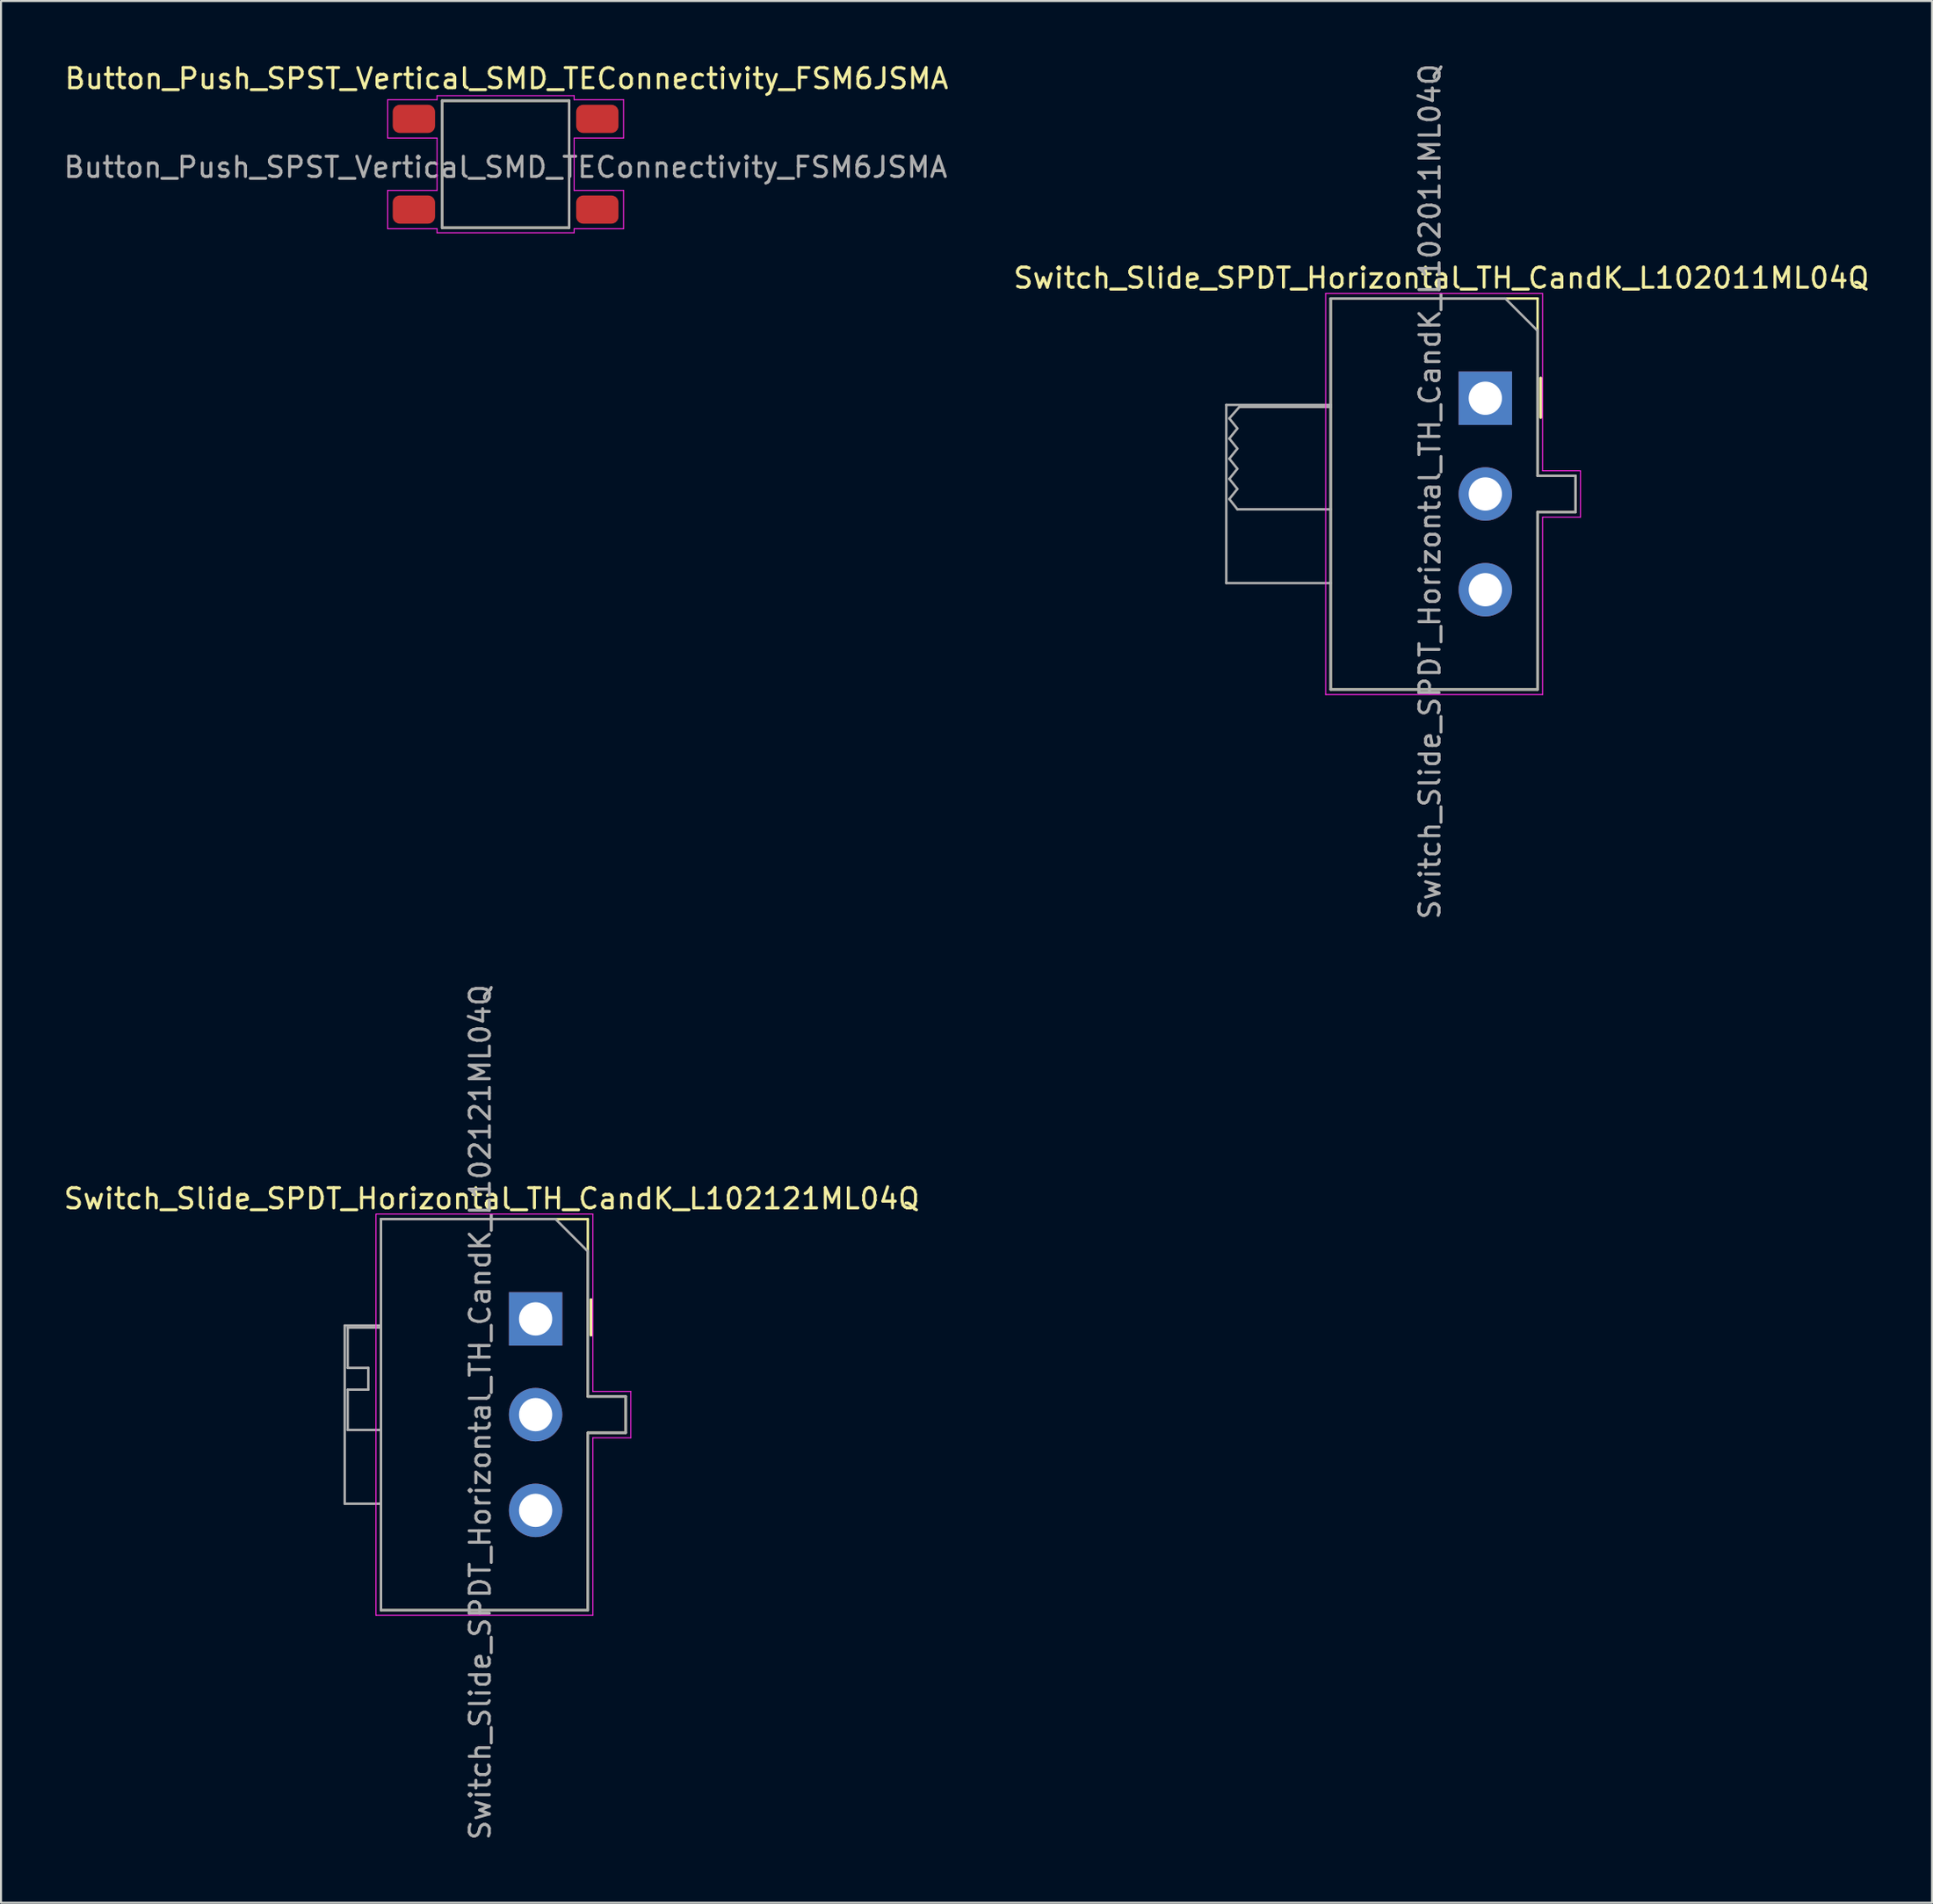
<source format=kicad_pcb>
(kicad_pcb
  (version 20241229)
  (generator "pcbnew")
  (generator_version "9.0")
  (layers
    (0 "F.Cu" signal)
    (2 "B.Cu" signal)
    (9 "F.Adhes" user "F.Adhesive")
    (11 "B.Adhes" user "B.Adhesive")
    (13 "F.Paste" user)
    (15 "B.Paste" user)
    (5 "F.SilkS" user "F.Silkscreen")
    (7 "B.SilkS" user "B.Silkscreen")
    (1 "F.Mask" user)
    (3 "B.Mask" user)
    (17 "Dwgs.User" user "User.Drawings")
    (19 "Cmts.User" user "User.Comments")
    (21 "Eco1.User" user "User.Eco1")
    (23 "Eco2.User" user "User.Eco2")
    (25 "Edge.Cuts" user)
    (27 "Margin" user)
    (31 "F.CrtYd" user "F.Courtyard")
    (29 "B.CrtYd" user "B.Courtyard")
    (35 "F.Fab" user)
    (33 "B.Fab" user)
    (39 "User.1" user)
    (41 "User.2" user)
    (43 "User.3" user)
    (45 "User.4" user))
  (footprint "Switch_Slide_SPDT_Horizontal_TH_CandK_L102011ML04Q"
    (layer "F.Cu")
    (at 70.629 16.709)
    (property "Reference" "Switch_Slide_SPDT_Horizontal_TH_CandK_L102011ML04Q" (at -2.18 -5.965 0) (unlocked yes) (layer "F.SilkS") (effects (font (size 1 1) (thickness 0.15))))
    (attr through_hole)
    (fp_line (start -7.67 -4.95) (end -7.67 14.45) (stroke (width 0.12) (type solid)) (layer "F.SilkS"))
    (fp_line (start -7.67 14.45) (end 2.59 14.45) (stroke (width 0.12) (type solid)) (layer "F.SilkS"))
    (fp_line (start 2.59 -4.95) (end -7.67 -4.95) (stroke (width 0.12) (type solid)) (layer "F.SilkS"))
    (fp_line (start 2.59 -4.95) (end 2.59 3.85) (stroke (width 0.12) (type solid)) (layer "F.SilkS"))
    (fp_line (start 2.59 3.85) (end 4.47 3.85) (stroke (width 0.12) (type solid)) (layer "F.SilkS"))
    (fp_line (start 2.59 5.65) (end 2.59 14.45) (stroke (width 0.12) (type solid)) (layer "F.SilkS"))
    (fp_line (start 2.59 5.65) (end 4.47 5.65) (stroke (width 0.12) (type solid)) (layer "F.SilkS"))
    (fp_line (start 2.75 -1) (end 2.75 0.95) (stroke (width 0.15) (type solid)) (layer "F.SilkS"))
    (fp_line (start 4.47 3.85) (end 4.47 5.65) (stroke (width 0.12) (type solid)) (layer "F.SilkS"))
    (fp_line (start -7.92 -5.2) (end 2.84 -5.2) (stroke (width 0.05) (type solid)) (layer "F.CrtYd"))
    (fp_line (start -7.92 14.7) (end -7.92 -5.2) (stroke (width 0.05) (type solid)) (layer "F.CrtYd"))
    (fp_line (start 2.84 -5.2) (end 2.84 3.6) (stroke (width 0.05) (type solid)) (layer "F.CrtYd"))
    (fp_line (start 2.84 3.6) (end 4.72 3.6) (stroke (width 0.05) (type solid)) (layer "F.CrtYd"))
    (fp_line (start 2.84 5.9) (end 2.84 14.7) (stroke (width 0.05) (type solid)) (layer "F.CrtYd"))
    (fp_line (start 2.84 14.7) (end -7.92 14.7) (stroke (width 0.05) (type solid)) (layer "F.CrtYd"))
    (fp_line (start 4.72 3.6) (end 4.72 5.9) (stroke (width 0.05) (type solid)) (layer "F.CrtYd"))
    (fp_line (start 4.72 5.9) (end 2.84 5.9) (stroke (width 0.05) (type solid)) (layer "F.CrtYd"))
    (fp_line (start -12.85 9.17) (end -12.85 0.33) (stroke (width 0.12) (type solid)) (layer "F.Fab"))
    (fp_line (start -12.7 1) (end -12.3 1.5) (stroke (width 0.12) (type solid)) (layer "F.Fab"))
    (fp_line (start -12.7 1) (end -12.2 0.43) (stroke (width 0.12) (type solid)) (layer "F.Fab"))
    (fp_line (start -12.7 2) (end -12.3 1.5) (stroke (width 0.12) (type solid)) (layer "F.Fab"))
    (fp_line (start -12.7 2) (end -12.3 2.5) (stroke (width 0.12) (type solid)) (layer "F.Fab"))
    (fp_line (start -12.7 3) (end -12.3 2.5) (stroke (width 0.12) (type solid)) (layer "F.Fab"))
    (fp_line (start -12.7 3) (end -12.3 3.5) (stroke (width 0.12) (type solid)) (layer "F.Fab"))
    (fp_line (start -12.7 4) (end -12.3 3.5) (stroke (width 0.12) (type solid)) (layer "F.Fab"))
    (fp_line (start -12.7 4) (end -12.3 4.5) (stroke (width 0.12) (type solid)) (layer "F.Fab"))
    (fp_line (start -12.7 5) (end -12.3 4.5) (stroke (width 0.12) (type solid)) (layer "F.Fab"))
    (fp_line (start -12.7 5) (end -12.3 5.51) (stroke (width 0.12) (type solid)) (layer "F.Fab"))
    (fp_line (start -7.67 -4.95) (end 0.99 -4.95) (stroke (width 0.12) (type solid)) (layer "F.Fab"))
    (fp_line (start -7.67 0.33) (end -12.85 0.33) (stroke (width 0.12) (type solid)) (layer "F.Fab"))
    (fp_line (start -7.67 0.43) (end -12.2 0.43) (stroke (width 0.12) (type solid)) (layer "F.Fab"))
    (fp_line (start -7.67 5.51) (end -12.3 5.51) (stroke (width 0.12) (type solid)) (layer "F.Fab"))
    (fp_line (start -7.67 9.17) (end -12.85 9.17) (stroke (width 0.12) (type solid)) (layer "F.Fab"))
    (fp_line (start -7.67 14.45) (end -7.67 -4.95) (stroke (width 0.12) (type solid)) (layer "F.Fab"))
    (fp_line (start 0.99 -4.95) (end 2.59 -3.35) (stroke (width 0.12) (type solid)) (layer "F.Fab"))
    (fp_line (start 2.59 -3.35) (end 2.59 3.85) (stroke (width 0.12) (type solid)) (layer "F.Fab"))
    (fp_line (start 2.59 3.85) (end 4.47 3.85) (stroke (width 0.12) (type solid)) (layer "F.Fab"))
    (fp_line (start 2.59 5.65) (end 2.59 14.45) (stroke (width 0.12) (type solid)) (layer "F.Fab"))
    (fp_line (start 2.59 5.65) (end 4.47 5.65) (stroke (width 0.12) (type solid)) (layer "F.Fab"))
    (fp_line (start 2.59 14.45) (end -7.67 14.45) (stroke (width 0.12) (type solid)) (layer "F.Fab"))
    (fp_line (start 4.47 3.85) (end 4.47 5.65) (stroke (width 0.12) (type solid)) (layer "F.Fab"))
    (fp_text user "${REFERENCE}" (at -2.75 4.63 270) (layer "F.Fab") (effects (font (size 1 1) (thickness 0.15))))
    (pad "1" thru_hole rect (at 0 0) (size 2.65 2.65) (drill 1.65) (layers "*.Cu" "*.Mask"))
    (pad "2" thru_hole circle (at 0 4.75) (size 2.65 2.65) (drill 1.65) (layers "*.Cu" "*.Mask"))
    (pad "3" thru_hole circle (at 0 9.5) (size 2.65 2.65) (drill 1.65) (layers "*.Cu" "*.Mask")))
  (footprint "Button_Push_SPST_Vertical_SMD_TEConnectivity_FSM6JSMA"
    (layer "F.Cu")
    (at 22.03 5.098)
    (property "Reference" "Button_Push_SPST_Vertical_SMD_TEConnectivity_FSM6JSMA" (at 0.05 -4.25 0) (unlocked yes) (layer "F.SilkS") (effects (font (size 1 1) (thickness 0.15))))
    (attr smd)
    (fp_line (start -3.15 -3.15) (end -3.15 3.15) (stroke (width 0.12) (type solid)) (layer "F.SilkS"))
    (fp_line (start -3.15 3.15) (end 3.15 3.15) (stroke (width 0.12) (type solid)) (layer "F.SilkS"))
    (fp_line (start 3.15 -3.15) (end -3.15 -3.15) (stroke (width 0.12) (type solid)) (layer "F.SilkS"))
    (fp_line (start 3.15 3.15) (end 3.15 -3.15) (stroke (width 0.12) (type solid)) (layer "F.SilkS"))
    (fp_line (start -5.85 -3.2) (end -3.4 -3.2) (stroke (width 0.05) (type solid)) (layer "F.CrtYd"))
    (fp_line (start -5.85 -1.3) (end -5.85 -3.2) (stroke (width 0.05) (type solid)) (layer "F.CrtYd"))
    (fp_line (start -5.85 1.3) (end -3.4 1.3) (stroke (width 0.05) (type solid)) (layer "F.CrtYd"))
    (fp_line (start -5.85 3.2) (end -5.85 1.3) (stroke (width 0.05) (type solid)) (layer "F.CrtYd"))
    (fp_line (start -3.4 -3.2) (end -3.4 -3.4) (stroke (width 0.05) (type solid)) (layer "F.CrtYd"))
    (fp_line (start -3.4 -1.3) (end -5.85 -1.3) (stroke (width 0.05) (type solid)) (layer "F.CrtYd"))
    (fp_line (start -3.4 1.3) (end -3.4 -1.3) (stroke (width 0.05) (type solid)) (layer "F.CrtYd"))
    (fp_line (start -3.4 3.2) (end -5.85 3.2) (stroke (width 0.05) (type solid)) (layer "F.CrtYd"))
    (fp_line (start -3.4 3.4) (end -3.4 3.2) (stroke (width 0.05) (type solid)) (layer "F.CrtYd"))
    (fp_line (start -3.4 3.4) (end 3.4 3.4) (stroke (width 0.05) (type solid)) (layer "F.CrtYd"))
    (fp_line (start 3.4 -3.4) (end -3.4 -3.4) (stroke (width 0.05) (type solid)) (layer "F.CrtYd"))
    (fp_line (start 3.4 -3.4) (end 3.4 -3.2) (stroke (width 0.05) (type solid)) (layer "F.CrtYd"))
    (fp_line (start 3.4 -3.2) (end 5.85 -3.2) (stroke (width 0.05) (type solid)) (layer "F.CrtYd"))
    (fp_line (start 3.4 -1.3) (end 3.4 1.3) (stroke (width 0.05) (type solid)) (layer "F.CrtYd"))
    (fp_line (start 3.4 1.3) (end 5.85 1.3) (stroke (width 0.05) (type solid)) (layer "F.CrtYd"))
    (fp_line (start 3.4 3.2) (end 3.4 3.4) (stroke (width 0.05) (type solid)) (layer "F.CrtYd"))
    (fp_line (start 5.85 -3.2) (end 5.85 -1.3) (stroke (width 0.05) (type solid)) (layer "F.CrtYd"))
    (fp_line (start 5.85 -1.3) (end 3.4 -1.3) (stroke (width 0.05) (type solid)) (layer "F.CrtYd"))
    (fp_line (start 5.85 1.3) (end 5.85 3.2) (stroke (width 0.05) (type solid)) (layer "F.CrtYd"))
    (fp_line (start 5.85 3.2) (end 3.4 3.2) (stroke (width 0.05) (type solid)) (layer "F.CrtYd"))
    (fp_line (start -3.15 -3.15) (end -3.15 3.15) (stroke (width 0.12) (type solid)) (layer "F.Fab"))
    (fp_line (start -3.15 3.15) (end 3.15 3.15) (stroke (width 0.12) (type solid)) (layer "F.Fab"))
    (fp_line (start 3.15 -3.15) (end -3.15 -3.15) (stroke (width 0.12) (type solid)) (layer "F.Fab"))
    (fp_line (start 3.15 3.15) (end 3.15 -3.15) (stroke (width 0.12) (type solid)) (layer "F.Fab"))
    (fp_text user "${REFERENCE}" (at 0 0.15 0) (layer "F.Fab") (effects (font (size 1 1) (thickness 0.15))))
    (pad "1" smd roundrect (at -4.55 -2.25) (size 2.1 1.4) (layers "F.Cu" "F.Mask" "F.Paste") (roundrect_rratio 0.25))
    (pad "2" smd roundrect (at 4.55 -2.25) (size 2.1 1.4) (layers "F.Cu" "F.Mask" "F.Paste") (roundrect_rratio 0.25))
    (pad "3" smd roundrect (at -4.55 2.25) (size 2.1 1.4) (layers "F.Cu" "F.Mask" "F.Paste") (roundrect_rratio 0.25))
    (pad "4" smd roundrect (at 4.55 2.25) (size 2.1 1.4) (layers "F.Cu" "F.Mask" "F.Paste") (roundrect_rratio 0.25)))
  (footprint "Switch_Slide_SPDT_Horizontal_TH_CandK_L102121ML04Q"
    (layer "F.Cu")
    (at 23.519 62.388)
    (property "Reference" "Switch_Slide_SPDT_Horizontal_TH_CandK_L102121ML04Q" (at -2.18 -5.965 0) (unlocked yes) (layer "F.SilkS") (effects (font (size 1 1) (thickness 0.15))))
    (attr through_hole)
    (fp_line (start -7.67 -4.95) (end -7.67 14.45) (stroke (width 0.12) (type solid)) (layer "F.SilkS"))
    (fp_line (start -7.67 14.45) (end 2.59 14.45) (stroke (width 0.12) (type solid)) (layer "F.SilkS"))
    (fp_line (start 2.59 -4.95) (end -7.67 -4.95) (stroke (width 0.12) (type solid)) (layer "F.SilkS"))
    (fp_line (start 2.59 -4.95) (end 2.59 3.85) (stroke (width 0.12) (type solid)) (layer "F.SilkS"))
    (fp_line (start 2.59 3.85) (end 4.47 3.85) (stroke (width 0.12) (type solid)) (layer "F.SilkS"))
    (fp_line (start 2.59 5.65) (end 2.59 14.45) (stroke (width 0.12) (type solid)) (layer "F.SilkS"))
    (fp_line (start 2.59 5.65) (end 4.47 5.65) (stroke (width 0.12) (type solid)) (layer "F.SilkS"))
    (fp_line (start 2.75 -0.95) (end 2.75 0.8) (stroke (width 0.15) (type solid)) (layer "F.SilkS"))
    (fp_line (start 4.47 3.85) (end 4.47 5.65) (stroke (width 0.12) (type solid)) (layer "F.SilkS"))
    (fp_line (start -7.92 -5.2) (end 2.84 -5.2) (stroke (width 0.05) (type solid)) (layer "F.CrtYd"))
    (fp_line (start -7.92 14.7) (end -7.92 -5.2) (stroke (width 0.05) (type solid)) (layer "F.CrtYd"))
    (fp_line (start 2.84 -5.2) (end 2.84 3.6) (stroke (width 0.05) (type solid)) (layer "F.CrtYd"))
    (fp_line (start 2.84 3.6) (end 4.72 3.6) (stroke (width 0.05) (type solid)) (layer "F.CrtYd"))
    (fp_line (start 2.84 5.9) (end 2.84 14.7) (stroke (width 0.05) (type solid)) (layer "F.CrtYd"))
    (fp_line (start 2.84 14.7) (end -7.92 14.7) (stroke (width 0.05) (type solid)) (layer "F.CrtYd"))
    (fp_line (start 4.72 3.6) (end 4.72 5.9) (stroke (width 0.05) (type solid)) (layer "F.CrtYd"))
    (fp_line (start 4.72 5.9) (end 2.84 5.9) (stroke (width 0.05) (type solid)) (layer "F.CrtYd"))
    (fp_line (start -9.47 9.17) (end -9.47 0.33) (stroke (width 0.12) (type solid)) (layer "F.Fab"))
    (fp_line (start -9.32 0.43) (end -9.32 2.43) (stroke (width 0.12) (type solid)) (layer "F.Fab"))
    (fp_line (start -9.32 2.43) (end -8.3 2.43) (stroke (width 0.12) (type solid)) (layer "F.Fab"))
    (fp_line (start -9.32 3.51) (end -9.32 5.51) (stroke (width 0.12) (type solid)) (layer "F.Fab"))
    (fp_line (start -9.32 3.51) (end -8.3 3.51) (stroke (width 0.12) (type solid)) (layer "F.Fab"))
    (fp_line (start -8.3 3.51) (end -8.3 2.43) (stroke (width 0.12) (type solid)) (layer "F.Fab"))
    (fp_line (start -7.67 -4.95) (end 0.99 -4.95) (stroke (width 0.12) (type solid)) (layer "F.Fab"))
    (fp_line (start -7.67 0.33) (end -9.47 0.33) (stroke (width 0.12) (type solid)) (layer "F.Fab"))
    (fp_line (start -7.67 0.43) (end -9.32 0.43) (stroke (width 0.12) (type solid)) (layer "F.Fab"))
    (fp_line (start -7.67 5.51) (end -9.32 5.51) (stroke (width 0.12) (type solid)) (layer "F.Fab"))
    (fp_line (start -7.67 9.17) (end -9.47 9.17) (stroke (width 0.12) (type solid)) (layer "F.Fab"))
    (fp_line (start -7.67 14.45) (end -7.67 -4.95) (stroke (width 0.12) (type solid)) (layer "F.Fab"))
    (fp_line (start 0.99 -4.95) (end 2.59 -3.35) (stroke (width 0.12) (type solid)) (layer "F.Fab"))
    (fp_line (start 2.59 -3.35) (end 2.59 3.85) (stroke (width 0.12) (type solid)) (layer "F.Fab"))
    (fp_line (start 2.59 3.85) (end 4.47 3.85) (stroke (width 0.12) (type solid)) (layer "F.Fab"))
    (fp_line (start 2.59 5.65) (end 2.59 14.45) (stroke (width 0.12) (type solid)) (layer "F.Fab"))
    (fp_line (start 2.59 5.65) (end 4.47 5.65) (stroke (width 0.12) (type solid)) (layer "F.Fab"))
    (fp_line (start 2.59 14.45) (end -7.67 14.45) (stroke (width 0.12) (type solid)) (layer "F.Fab"))
    (fp_line (start 4.47 3.85) (end 4.47 5.65) (stroke (width 0.12) (type solid)) (layer "F.Fab"))
    (fp_text user "${REFERENCE}" (at -2.75 4.63 270) (layer "F.Fab") (effects (font (size 1 1) (thickness 0.15))))
    (pad "1" thru_hole rect (at 0 0) (size 2.65 2.65) (drill 1.65) (layers "*.Cu" "*.Mask"))
    (pad "2" thru_hole circle (at 0 4.75) (size 2.65 2.65) (drill 1.65) (layers "*.Cu" "*.Mask"))
    (pad "3" thru_hole circle (at 0 9.5) (size 2.65 2.65) (drill 1.65) (layers "*.Cu" "*.Mask")))
  (gr_rect
    (start -3 -3)
    (end 92.788 91.357)
    (stroke (width 0.1) (type default))
    (fill no)
    (layer "Edge.Cuts")))
</source>
